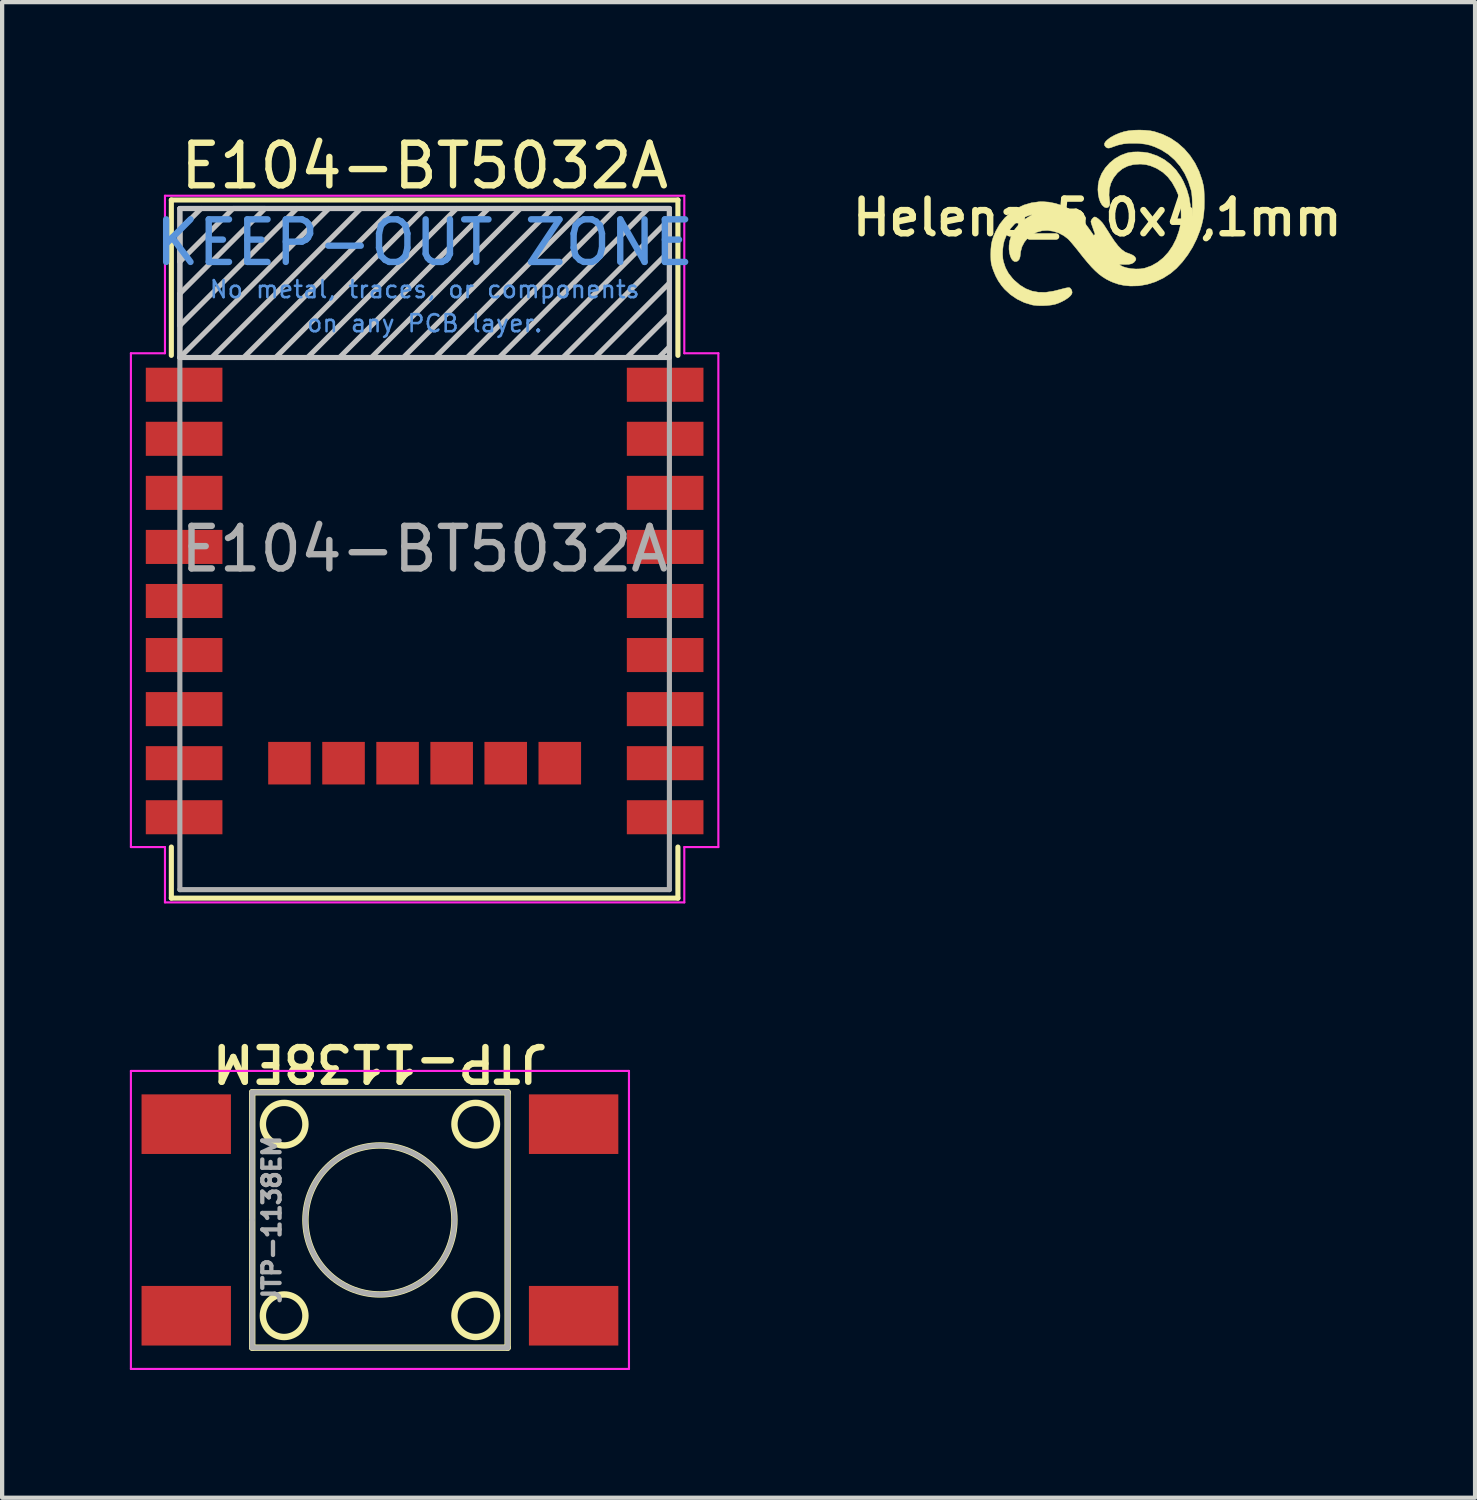
<source format=kicad_pcb>
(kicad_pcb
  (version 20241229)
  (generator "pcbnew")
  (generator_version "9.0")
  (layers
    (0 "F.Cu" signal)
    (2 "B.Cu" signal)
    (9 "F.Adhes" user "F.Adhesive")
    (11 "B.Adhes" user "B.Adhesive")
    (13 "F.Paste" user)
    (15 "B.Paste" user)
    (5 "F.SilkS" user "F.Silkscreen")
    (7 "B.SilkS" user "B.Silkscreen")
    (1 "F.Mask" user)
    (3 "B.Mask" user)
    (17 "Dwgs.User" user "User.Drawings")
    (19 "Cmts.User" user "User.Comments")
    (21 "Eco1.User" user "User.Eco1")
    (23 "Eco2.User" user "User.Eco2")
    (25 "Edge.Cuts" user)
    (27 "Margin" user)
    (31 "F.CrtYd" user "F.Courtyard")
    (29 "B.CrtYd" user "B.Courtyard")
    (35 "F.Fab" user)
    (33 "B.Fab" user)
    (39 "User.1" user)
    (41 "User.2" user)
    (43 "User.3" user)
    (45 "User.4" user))
  (footprint "JTP-1138EM"
    (layer "F.Cu")
    (at 5.875 25.608)
    (property "Reference" "JTP-1138EM" (at 0 -3.692 180) (unlocked yes) (layer "F.SilkS") (effects (font (size 0.813 0.813) (thickness 0.152))))
    (attr through_hole)
    (fp_line (start -3 -3) (end 3 -3) (stroke (width 0.15) (type solid)) (layer "F.SilkS"))
    (fp_line (start -3 3) (end -3 -3) (stroke (width 0.15) (type solid)) (layer "F.SilkS"))
    (fp_line (start 3 -3) (end 3 3) (stroke (width 0.15) (type solid)) (layer "F.SilkS"))
    (fp_line (start 3 3) (end -3 3) (stroke (width 0.15) (type solid)) (layer "F.SilkS"))
    (fp_circle (center -2.25 -2.25) (end -1.75 -2.25) (stroke (width 0.15) (type solid)) (fill no) (layer "F.SilkS"))
    (fp_circle (center -2.25 2.25) (end -1.75 2.25) (stroke (width 0.15) (type solid)) (fill no) (layer "F.SilkS"))
    (fp_circle (center 0 0) (end 1.75 0) (stroke (width 0.15) (type solid)) (fill no) (layer "F.SilkS"))
    (fp_circle (center 2.25 -2.25) (end 1.75 -2.25) (stroke (width 0.15) (type solid)) (fill no) (layer "F.SilkS"))
    (fp_circle (center 2.25 2.25) (end 1.75 2.25) (stroke (width 0.15) (type solid)) (fill no) (layer "F.SilkS"))
    (fp_line (start -5.85 -3.5) (end 5.85 -3.5) (stroke (width 0.05) (type solid)) (layer "F.CrtYd"))
    (fp_line (start -5.85 3.5) (end -5.85 -3.5) (stroke (width 0.05) (type solid)) (layer "F.CrtYd"))
    (fp_line (start 5.85 -3.5) (end 5.85 3.5) (stroke (width 0.05) (type solid)) (layer "F.CrtYd"))
    (fp_line (start 5.85 3.5) (end -5.85 3.5) (stroke (width 0.05) (type solid)) (layer "F.CrtYd"))
    (fp_line (start -3 -3) (end 3 -3) (stroke (width 0.12) (type solid)) (layer "F.Fab"))
    (fp_line (start -3 0) (end -3 -3) (stroke (width 0.12) (type solid)) (layer "F.Fab"))
    (fp_line (start -3 3) (end -3 0) (stroke (width 0.12) (type solid)) (layer "F.Fab"))
    (fp_line (start 3 -3) (end 3 3) (stroke (width 0.12) (type solid)) (layer "F.Fab"))
    (fp_line (start 3 3) (end -3 3) (stroke (width 0.12) (type solid)) (layer "F.Fab"))
    (fp_circle (center 0 0) (end 1.75 0) (stroke (width 0.12) (type solid)) (fill no) (layer "F.Fab"))
    (fp_text user "${REFERENCE}" (at -2.54 -0.009 270) (layer "F.Fab") (effects (font (size 0.406 0.406) (thickness 0.102))))
    (pad "1" smd rect (at -4.55 2.25) (size 2.1 1.4) (layers "F.Cu" "F.Mask" "F.Paste"))
    (pad "1" smd rect (at 4.55 2.25) (size 2.1 1.4) (layers "F.Cu" "F.Mask" "F.Paste"))
    (pad "2" smd rect (at 4.55 -2.25) (size 2.1 1.4) (layers "F.Cu" "F.Mask" "F.Paste"))
    (pad "3" smd rect (at -4.55 -2.25) (size 2.1 1.4) (layers "F.Cu" "F.Mask" "F.Paste")))
  (footprint "E104-BT5032A"
    (layer "F.Cu")
    (at 6.925 9.848)
    (property "Reference" "E104-BT5032A" (at 0 -9 0) (layer "F.SilkS") (effects (font (size 1 1) (thickness 0.15))))
    (attr smd)
    (fp_line (start -5.95 -8.2) (end -5.95 -4.55) (stroke (width 0.12) (type solid)) (layer "F.SilkS"))
    (fp_line (start -5.95 -8.2) (end 5.95 -8.2) (stroke (width 0.12) (type solid)) (layer "F.SilkS"))
    (fp_line (start -5.95 7) (end -5.95 8.2) (stroke (width 0.12) (type solid)) (layer "F.SilkS"))
    (fp_line (start -5.95 8.2) (end 5.95 8.2) (stroke (width 0.12) (type solid)) (layer "F.SilkS"))
    (fp_line (start 5.95 -4.55) (end 5.95 -8.2) (stroke (width 0.12) (type solid)) (layer "F.SilkS"))
    (fp_line (start 5.95 8.2) (end 5.95 7) (stroke (width 0.12) (type solid)) (layer "F.SilkS"))
    (fp_line (start -5.75 -8) (end -5.75 -4.5) (stroke (width 0.12) (type solid)) (layer "Dwgs.User"))
    (fp_line (start -5.75 -7.5) (end -5.25 -8) (stroke (width 0.12) (type solid)) (layer "Dwgs.User"))
    (fp_line (start -5.75 -6.75) (end -5.75 -7.5) (stroke (width 0.12) (type solid)) (layer "Dwgs.User"))
    (fp_line (start -5.75 -6) (end -3.75 -8) (stroke (width 0.12) (type solid)) (layer "Dwgs.User"))
    (fp_line (start -5.75 -5.25) (end -5.75 -6) (stroke (width 0.12) (type solid)) (layer "Dwgs.User"))
    (fp_line (start -5.75 -4.5) (end -2.25 -8) (stroke (width 0.12) (type solid)) (layer "Dwgs.User"))
    (fp_line (start -5.75 -4.5) (end 5.75 -4.5) (stroke (width 0.12) (type solid)) (layer "Dwgs.User"))
    (fp_line (start -5 -4.5) (end -1.5 -8) (stroke (width 0.12) (type solid)) (layer "Dwgs.User"))
    (fp_line (start -4.5 -8) (end -5.75 -6.75) (stroke (width 0.12) (type solid)) (layer "Dwgs.User"))
    (fp_line (start -4.25 -4.5) (end -0.75 -8) (stroke (width 0.12) (type solid)) (layer "Dwgs.User"))
    (fp_line (start -3.75 -8) (end -4.5 -8) (stroke (width 0.12) (type solid)) (layer "Dwgs.User"))
    (fp_line (start -3.5 -4.5) (end 0 -8) (stroke (width 0.12) (type solid)) (layer "Dwgs.User"))
    (fp_line (start -3 -8) (end -5.75 -5.25) (stroke (width 0.12) (type solid)) (layer "Dwgs.User"))
    (fp_line (start -2.75 -4.5) (end 0.75 -8) (stroke (width 0.12) (type solid)) (layer "Dwgs.User"))
    (fp_line (start -2 -4.5) (end 1.5 -8) (stroke (width 0.12) (type solid)) (layer "Dwgs.User"))
    (fp_line (start -1.25 -4.5) (end 2.25 -8) (stroke (width 0.12) (type solid)) (layer "Dwgs.User"))
    (fp_line (start -0.5 -4.5) (end 3 -8) (stroke (width 0.12) (type solid)) (layer "Dwgs.User"))
    (fp_line (start 0.25 -4.5) (end 3.75 -8) (stroke (width 0.12) (type solid)) (layer "Dwgs.User"))
    (fp_line (start 1 -4.5) (end 4.5 -8) (stroke (width 0.12) (type solid)) (layer "Dwgs.User"))
    (fp_line (start 1.75 -4.5) (end 5.25 -8) (stroke (width 0.12) (type solid)) (layer "Dwgs.User"))
    (fp_line (start 2.5 -4.5) (end 5.75 -7.75) (stroke (width 0.12) (type solid)) (layer "Dwgs.User"))
    (fp_line (start 3.25 -4.5) (end 5.75 -7) (stroke (width 0.12) (type solid)) (layer "Dwgs.User"))
    (fp_line (start 4 -4.5) (end 5.75 -6.25) (stroke (width 0.12) (type solid)) (layer "Dwgs.User"))
    (fp_line (start 4.75 -4.5) (end 5.75 -5.5) (stroke (width 0.12) (type solid)) (layer "Dwgs.User"))
    (fp_line (start 5.5 -4.5) (end 5.75 -4.75) (stroke (width 0.12) (type solid)) (layer "Dwgs.User"))
    (fp_line (start 5.75 -8) (end -5.75 -8) (stroke (width 0.12) (type solid)) (layer "Dwgs.User"))
    (fp_line (start 5.75 -4.5) (end 5.75 -8) (stroke (width 0.12) (type solid)) (layer "Dwgs.User"))
    (fp_line (start -6.9 -4.6) (end -6.1 -4.6) (stroke (width 0.05) (type solid)) (layer "F.CrtYd"))
    (fp_line (start -6.9 7) (end -6.9 -4.6) (stroke (width 0.05) (type solid)) (layer "F.CrtYd"))
    (fp_line (start -6.1 -8.3) (end 6.1 -8.3) (stroke (width 0.05) (type solid)) (layer "F.CrtYd"))
    (fp_line (start -6.1 -4.6) (end -6.1 -8.3) (stroke (width 0.05) (type solid)) (layer "F.CrtYd"))
    (fp_line (start -6.1 7) (end -6.9 7) (stroke (width 0.05) (type solid)) (layer "F.CrtYd"))
    (fp_line (start -6.1 8.3) (end -6.1 7) (stroke (width 0.05) (type solid)) (layer "F.CrtYd"))
    (fp_line (start 6.1 -8.3) (end 6.1 -4.6) (stroke (width 0.05) (type solid)) (layer "F.CrtYd"))
    (fp_line (start 6.1 -4.6) (end 6.9 -4.6) (stroke (width 0.05) (type solid)) (layer "F.CrtYd"))
    (fp_line (start 6.1 7) (end 6.1 8.3) (stroke (width 0.05) (type solid)) (layer "F.CrtYd"))
    (fp_line (start 6.1 8.3) (end -6.1 8.3) (stroke (width 0.05) (type solid)) (layer "F.CrtYd"))
    (fp_line (start 6.9 -4.6) (end 6.9 7) (stroke (width 0.05) (type solid)) (layer "F.CrtYd"))
    (fp_line (start 6.9 7) (end 6.1 7) (stroke (width 0.05) (type solid)) (layer "F.CrtYd"))
    (fp_line (start -5.75 -8) (end 5.75 -8) (stroke (width 0.12) (type solid)) (layer "F.Fab"))
    (fp_line (start -5.75 8) (end -5.75 -8) (stroke (width 0.12) (type solid)) (layer "F.Fab"))
    (fp_line (start 5.75 -8) (end 5.75 8) (stroke (width 0.12) (type solid)) (layer "F.Fab"))
    (fp_line (start 5.75 8) (end -5.75 8) (stroke (width 0.12) (type solid)) (layer "F.Fab"))
    (fp_text user "KEEP-OUT ZONE" (at 0 -7.2 0) (layer "Cmts.User") (effects (font (size 1 1) (thickness 0.15))))
    (fp_text user "on any PCB layer." (at 0 -5.3 0) (layer "Cmts.User") (effects (font (size 0.4 0.4) (thickness 0.06))))
    (fp_text user "No metal, traces, or components" (at 0 -6.1 0) (layer "Cmts.User") (effects (font (size 0.4 0.4) (thickness 0.06))))
    (fp_text user "${REFERENCE}" (at 0 0 0) (layer "F.Fab") (effects (font (size 1 1) (thickness 0.15))))
    (pad "1" smd rect (at -5.65 -3.86 90) (size 0.8 1.8) (layers "F.Cu" "F.Mask" "F.Paste"))
    (pad "2" smd rect (at -5.65 -2.59 90) (size 0.8 1.8) (layers "F.Cu" "F.Mask" "F.Paste"))
    (pad "3" smd rect (at -5.65 -1.32 90) (size 0.8 1.8) (layers "F.Cu" "F.Mask" "F.Paste"))
    (pad "4" smd rect (at -5.65 -0.05 90) (size 0.8 1.8) (layers "F.Cu" "F.Mask" "F.Paste"))
    (pad "5" smd rect (at -5.65 1.22 90) (size 0.8 1.8) (layers "F.Cu" "F.Mask" "F.Paste"))
    (pad "6" smd rect (at -5.65 2.49 90) (size 0.8 1.8) (layers "F.Cu" "F.Mask" "F.Paste"))
    (pad "7" smd rect (at -5.65 3.76 90) (size 0.8 1.8) (layers "F.Cu" "F.Mask" "F.Paste"))
    (pad "8" smd rect (at -5.65 5.03 90) (size 0.8 1.8) (layers "F.Cu" "F.Mask" "F.Paste"))
    (pad "9" smd rect (at -5.65 6.3 90) (size 0.8 1.8) (layers "F.Cu" "F.Mask" "F.Paste"))
    (pad "10" smd rect (at -3.175 5.03 90) (size 1 1) (layers "F.Cu" "F.Mask" "F.Paste"))
    (pad "11" smd rect (at -1.905 5.03 90) (size 1 1) (layers "F.Cu" "F.Mask" "F.Paste"))
    (pad "12" smd rect (at -0.635 5.03 90) (size 1 1) (layers "F.Cu" "F.Mask" "F.Paste"))
    (pad "13" smd rect (at 0.635 5.03 90) (size 1 1) (layers "F.Cu" "F.Mask" "F.Paste"))
    (pad "14" smd rect (at 1.905 5.03 90) (size 1 1) (layers "F.Cu" "F.Mask" "F.Paste"))
    (pad "15" smd rect (at 3.175 5.03 90) (size 1 1) (layers "F.Cu" "F.Mask" "F.Paste"))
    (pad "16" smd rect (at 5.65 6.3 90) (size 0.8 1.8) (layers "F.Cu" "F.Mask" "F.Paste"))
    (pad "17" smd rect (at 5.65 5.03 90) (size 0.8 1.8) (layers "F.Cu" "F.Mask" "F.Paste"))
    (pad "18" smd rect (at 5.65 3.76 90) (size 0.8 1.8) (layers "F.Cu" "F.Mask" "F.Paste"))
    (pad "19" smd rect (at 5.65 2.49 90) (size 0.8 1.8) (layers "F.Cu" "F.Mask" "F.Paste"))
    (pad "20" smd rect (at 5.65 1.22 90) (size 0.8 1.8) (layers "F.Cu" "F.Mask" "F.Paste"))
    (pad "21" smd rect (at 5.65 -0.05 90) (size 0.8 1.8) (layers "F.Cu" "F.Mask" "F.Paste"))
    (pad "22" smd rect (at 5.65 -1.32 90) (size 0.8 1.8) (layers "F.Cu" "F.Mask" "F.Paste"))
    (pad "23" smd rect (at 5.65 -2.59 90) (size 0.8 1.8) (layers "F.Cu" "F.Mask" "F.Paste"))
    (pad "24" smd rect (at 5.65 -3.86 90) (size 0.8 1.8) (layers "F.Cu" "F.Mask" "F.Paste")))
  (footprint "Helena_5,0x4,1mm"
    (layer "F.Cu")
    (at 22.726 2.06)
    (property "Reference" "Helena_5,0x4,1mm" (at 0 0 0) (unlocked yes) (layer "F.SilkS") (effects (font (size 0.813 0.813) (thickness 0.152))))
    (attr through_hole)
    (fp_poly (pts (xy 1.122 -2.05) (xy 1.244 -2.038) (xy 1.334 -2.021) (xy 1.533 -1.955) (xy 1.719 -1.865) (xy 1.889 -1.75) (xy 2.044 -1.613) (xy 2.18 -1.455) (xy 2.296 -1.279) (xy 2.391 -1.086) (xy 2.463 -0.878) (xy 2.498 -0.732) (xy 2.505 -0.679) (xy 2.51 -0.604) (xy 2.514 -0.511) (xy 2.516 -0.41) (xy 2.516 -0.374) (xy 2.513 -0.219) (xy 2.502 -0.084) (xy 2.484 0.04) (xy 2.455 0.165) (xy 2.415 0.298) (xy 2.412 0.308) (xy 2.335 0.504) (xy 2.239 0.696) (xy 2.126 0.877) (xy 1.999 1.044) (xy 1.863 1.191) (xy 1.72 1.313) (xy 1.718 1.314) (xy 1.546 1.424) (xy 1.363 1.51) (xy 1.172 1.57) (xy 0.977 1.604) (xy 0.783 1.609) (xy 0.769 1.608) (xy 0.627 1.594) (xy 0.501 1.568) (xy 0.378 1.526) (xy 0.304 1.494) (xy 0.213 1.448) (xy 0.127 1.394) (xy 0.042 1.331) (xy -0.044 1.254) (xy -0.134 1.163) (xy -0.232 1.052) (xy -0.34 0.921) (xy -0.417 0.823) (xy -0.48 0.743) (xy -0.543 0.666) (xy -0.6 0.598) (xy -0.648 0.543) (xy -0.683 0.506) (xy -0.687 0.502) (xy -0.79 0.424) (xy -0.908 0.363) (xy -1.036 0.322) (xy -1.164 0.303) (xy -1.287 0.309) (xy -1.295 0.31) (xy -1.421 0.345) (xy -1.535 0.403) (xy -1.633 0.481) (xy -1.711 0.576) (xy -1.768 0.684) (xy -1.8 0.802) (xy -1.804 0.844) (xy -1.814 0.924) (xy -1.833 0.98) (xy -1.863 1.016) (xy -1.893 1.032) (xy -1.938 1.036) (xy -1.979 1.013) (xy -2.014 0.97) (xy -2.042 0.908) (xy -2.062 0.832) (xy -2.073 0.747) (xy -2.072 0.655) (xy -2.059 0.562) (xy -2.056 0.547) (xy -2.035 0.476) (xy -2.006 0.401) (xy -1.984 0.353) (xy -1.93 0.27) (xy -1.858 0.183) (xy -1.773 0.101) (xy -1.685 0.029) (xy -1.606 -0.02) (xy -1.56 -0.046) (xy -1.541 -0.061) (xy -1.547 -0.065) (xy -1.576 -0.058) (xy -1.628 -0.04) (xy -1.673 -0.023) (xy -1.81 0.047) (xy -1.933 0.142) (xy -2.038 0.258) (xy -2.123 0.392) (xy -2.183 0.538) (xy -2.207 0.635) (xy -2.22 0.746) (xy -2.224 0.86) (xy -2.217 0.966) (xy -2.205 1.031) (xy -2.157 1.177) (xy -2.087 1.308) (xy -1.991 1.43) (xy -1.951 1.472) (xy -1.819 1.586) (xy -1.68 1.671) (xy -1.533 1.728) (xy -1.377 1.756) (xy -1.211 1.757) (xy -1.034 1.73) (xy -0.977 1.717) (xy -0.874 1.69) (xy -0.796 1.67) (xy -0.739 1.656) (xy -0.699 1.649) (xy -0.672 1.646) (xy -0.655 1.648) (xy -0.642 1.653) (xy -0.635 1.659) (xy -0.601 1.704) (xy -0.59 1.757) (xy -0.598 1.793) (xy -0.628 1.836) (xy -0.681 1.884) (xy -0.751 1.931) (xy -0.833 1.976) (xy -0.92 2.014) (xy -0.994 2.039) (xy -1.078 2.055) (xy -1.179 2.066) (xy -1.289 2.071) (xy -1.396 2.069) (xy -1.49 2.06) (xy -1.531 2.053) (xy -1.713 1.998) (xy -1.883 1.916) (xy -2.039 1.81) (xy -2.177 1.683) (xy -2.248 1.599) (xy -2.325 1.488) (xy -2.387 1.373) (xy -2.441 1.243) (xy -2.452 1.21) (xy -2.472 1.149) (xy -2.486 1.1) (xy -2.494 1.052) (xy -2.499 0.999) (xy -2.501 0.93) (xy -2.502 0.867) (xy -2.499 0.743) (xy -2.489 0.639) (xy -2.47 0.545) (xy -2.44 0.45) (xy -2.395 0.346) (xy -2.384 0.321) (xy -2.291 0.157) (xy -2.176 0.012) (xy -2.042 -0.113) (xy -1.891 -0.215) (xy -1.726 -0.293) (xy -1.55 -0.345) (xy -1.364 -0.371) (xy -1.286 -0.373) (xy -1.139 -0.362) (xy -0.986 -0.332) (xy -0.839 -0.286) (xy -0.763 -0.254) (xy -0.667 -0.204) (xy -0.58 -0.15) (xy -0.5 -0.088) (xy -0.421 -0.015) (xy -0.341 0.073) (xy -0.257 0.178) (xy -0.164 0.305) (xy -0.107 0.387) (xy -0.067 0.445) (xy -0.033 0.492) (xy -0.01 0.523) (xy -0.000175 0.535) (xy 0 0.535) (xy -0.005 0.519) (xy -0.019 0.48) (xy -0.039 0.423) (xy -0.064 0.355) (xy -0.075 0.327) (xy -0.101 0.252) (xy -0.124 0.185) (xy -0.141 0.132) (xy -0.149 0.098) (xy -0.149 0.093) (xy -0.139 0.06) (xy -0.114 0.024) (xy -0.084 -0.004) (xy -0.058 -0.015) (xy -0.026 -0.004) (xy 0.018 0.025) (xy 0.066 0.067) (xy 0.113 0.116) (xy 0.132 0.14) (xy 0.161 0.181) (xy 0.2 0.241) (xy 0.246 0.312) (xy 0.293 0.387) (xy 0.308 0.411) (xy 0.4 0.551) (xy 0.488 0.665) (xy 0.571 0.75) (xy 0.65 0.808) (xy 0.695 0.828) (xy 0.77 0.856) (xy 0.823 0.879) (xy 0.858 0.9) (xy 0.882 0.922) (xy 0.891 0.935) (xy 0.908 0.966) (xy 0.906 0.991) (xy 0.896 1.012) (xy 0.859 1.056) (xy 0.808 1.085) (xy 0.737 1.1) (xy 0.642 1.103) (xy 0.638 1.103) (xy 0.576 1.101) (xy 0.54 1.102) (xy 0.526 1.107) (xy 0.53 1.114) (xy 0.533 1.117) (xy 0.602 1.154) (xy 0.693 1.182) (xy 0.797 1.201) (xy 0.907 1.209) (xy 1.015 1.206) (xy 1.114 1.19) (xy 1.121 1.188) (xy 1.275 1.133) (xy 1.419 1.051) (xy 1.55 0.946) (xy 1.668 0.818) (xy 1.769 0.67) (xy 1.853 0.505) (xy 1.917 0.325) (xy 1.946 0.209) (xy 1.946 0.209) (xy 2.166 0.209) (xy 2.172 0.221) (xy 2.176 0.219) (xy 2.178 0.201) (xy 2.176 0.199) (xy 2.168 0.201) (xy 2.166 0.209) (xy 1.946 0.209) (xy 1.959 0.138) (xy 1.967 0.072) (xy 1.97 0.001) (xy 1.969 -0.085) (xy 1.968 -0.134) (xy 1.96 -0.26) (xy 1.947 -0.365) (xy 1.926 -0.46) (xy 1.895 -0.553) (xy 1.851 -0.654) (xy 1.846 -0.665) (xy 1.759 -0.822) (xy 1.658 -0.954) (xy 1.542 -1.062) (xy 1.408 -1.147) (xy 1.368 -1.167) (xy 1.254 -1.214) (xy 1.147 -1.242) (xy 1.037 -1.254) (xy 0.994 -1.255) (xy 0.843 -1.243) (xy 0.708 -1.206) (xy 0.588 -1.144) (xy 0.482 -1.056) (xy 0.472 -1.046) (xy 0.382 -0.931) (xy 0.319 -0.804) (xy 0.283 -0.668) (xy 0.276 -0.525) (xy 0.284 -0.448) (xy 0.294 -0.365) (xy 0.293 -0.306) (xy 0.281 -0.267) (xy 0.257 -0.242) (xy 0.247 -0.237) (xy 0.216 -0.229) (xy 0.182 -0.238) (xy 0.163 -0.248) (xy 0.114 -0.293) (xy 0.073 -0.361) (xy 0.043 -0.447) (xy 0.023 -0.546) (xy 0.015 -0.652) (xy 0.02 -0.76) (xy 0.039 -0.865) (xy 0.046 -0.891) (xy 0.104 -1.034) (xy 0.188 -1.166) (xy 0.293 -1.283) (xy 0.415 -1.383) (xy 0.551 -1.461) (xy 0.696 -1.515) (xy 0.74 -1.525) (xy 0.841 -1.539) (xy 0.958 -1.542) (xy 1.078 -1.536) (xy 1.189 -1.52) (xy 1.228 -1.511) (xy 1.408 -1.449) (xy 1.572 -1.362) (xy 1.72 -1.25) (xy 1.851 -1.115) (xy 1.963 -0.956) (xy 2.025 -0.844) (xy 2.102 -0.663) (xy 2.156 -0.48) (xy 2.186 -0.291) (xy 2.195 -0.088) (xy 2.193 -0.002) (xy 2.186 0.172) (xy 2.208 0.09) (xy 2.219 0.028) (xy 2.228 -0.056) (xy 2.232 -0.156) (xy 2.234 -0.264) (xy 2.232 -0.373) (xy 2.227 -0.476) (xy 2.219 -0.566) (xy 2.207 -0.635) (xy 2.205 -0.642) (xy 2.14 -0.848) (xy 2.053 -1.036) (xy 1.945 -1.206) (xy 1.817 -1.355) (xy 1.671 -1.483) (xy 1.508 -1.587) (xy 1.472 -1.605) (xy 1.352 -1.66) (xy 1.241 -1.699) (xy 1.129 -1.724) (xy 1.005 -1.739) (xy 0.919 -1.744) (xy 0.758 -1.744) (xy 0.617 -1.731) (xy 0.488 -1.702) (xy 0.385 -1.667) (xy 0.319 -1.642) (xy 0.272 -1.631) (xy 0.238 -1.634) (xy 0.209 -1.649) (xy 0.197 -1.659) (xy 0.17 -1.697) (xy 0.168 -1.736) (xy 0.193 -1.781) (xy 0.233 -1.822) (xy 0.309 -1.88) (xy 0.409 -1.935) (xy 0.524 -1.984) (xy 0.635 -2.019) (xy 0.737 -2.039) (xy 0.859 -2.051) (xy 0.99 -2.055) (xy 1.122 -2.05)) (stroke (width 0.01) (type solid)) (fill yes) (layer "F.SilkS")))
  (gr_rect
    (start -3 -3)
    (end 31.601 32.133)
    (stroke (width 0.1) (type default))
    (fill no)
    (layer "Edge.Cuts")))
</source>
